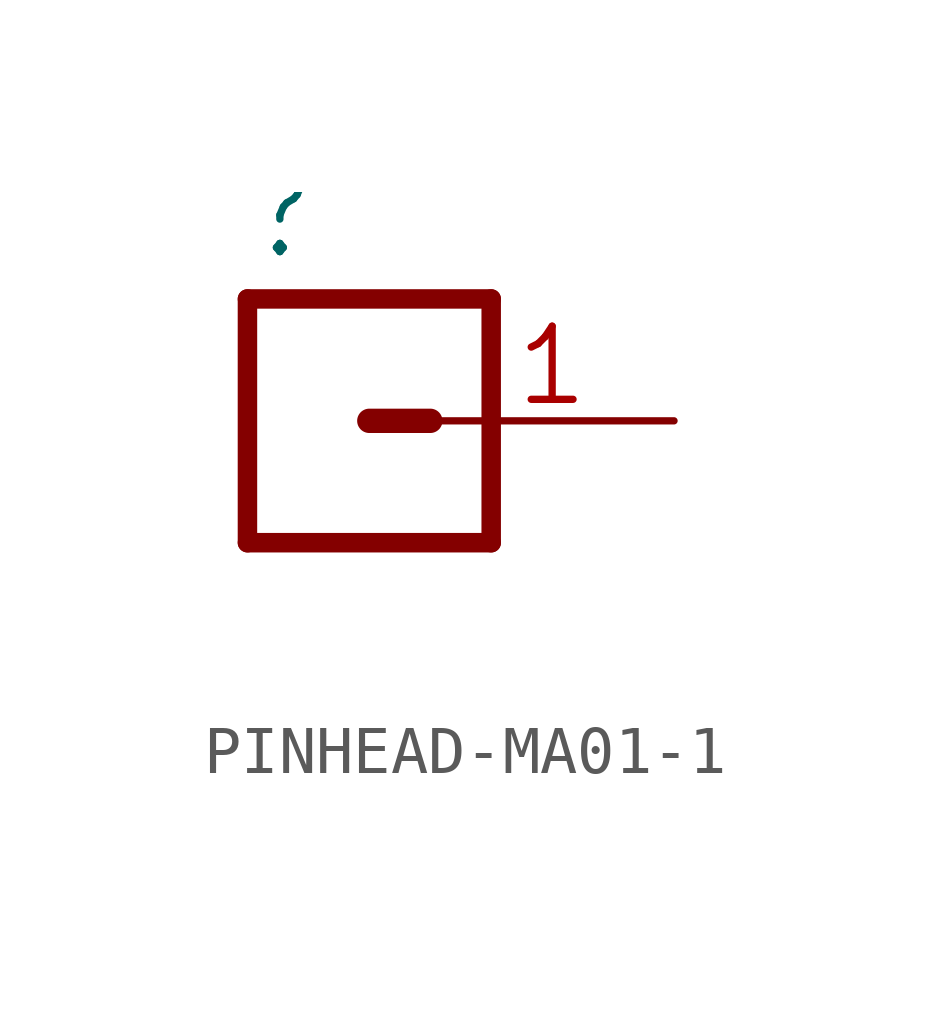
<source format=kicad_sym>
(kicad_symbol_lib
  (version 20241209)
  (generator "kicad_symbol_editor")
  (generator_version "9.0")
  (symbol "PINHEAD-MA01-1"
    (property "Reference" ""
      (at -1.27 3.302 0)
      (effects (font (size 1.778 1.511)) (justify left bottom)))
    (property "Value" ""
      (at -1.27 -5.08 0)
      (effects (font (size 1.778 1.511)) (justify left bottom)))
    (property "ki_locked" ""
      (at 0 0 0)
      (effects (font (size 1.27 1.27))))
    (symbol "PINHEAD-MA01-1_1_0"
      (polyline (pts (xy -1.27 2.54) (xy -1.27 -2.54)) (stroke (width 0.406) (type solid)) (fill (type none)))
      (polyline (pts (xy -1.27 2.54) (xy 3.81 2.54)) (stroke (width 0.406) (type solid)) (fill (type none)))
      (polyline (pts (xy 1.27 0) (xy 2.54 0)) (stroke (width 0.508) (type solid)) (fill (type none)))
      (polyline (pts (xy 3.81 -2.54) (xy -1.27 -2.54)) (stroke (width 0.406) (type solid)) (fill (type none)))
      (polyline (pts (xy 3.81 -2.54) (xy 3.81 2.54)) (stroke (width 0.406) (type solid)) (fill (type none)))
      (pin passive line (at 7.62 0 180) (length 5.08) (name "1" (effects (font (size 0 0)))) (number "1" (effects (font (size 1.524 1.524))))))))
</source>
